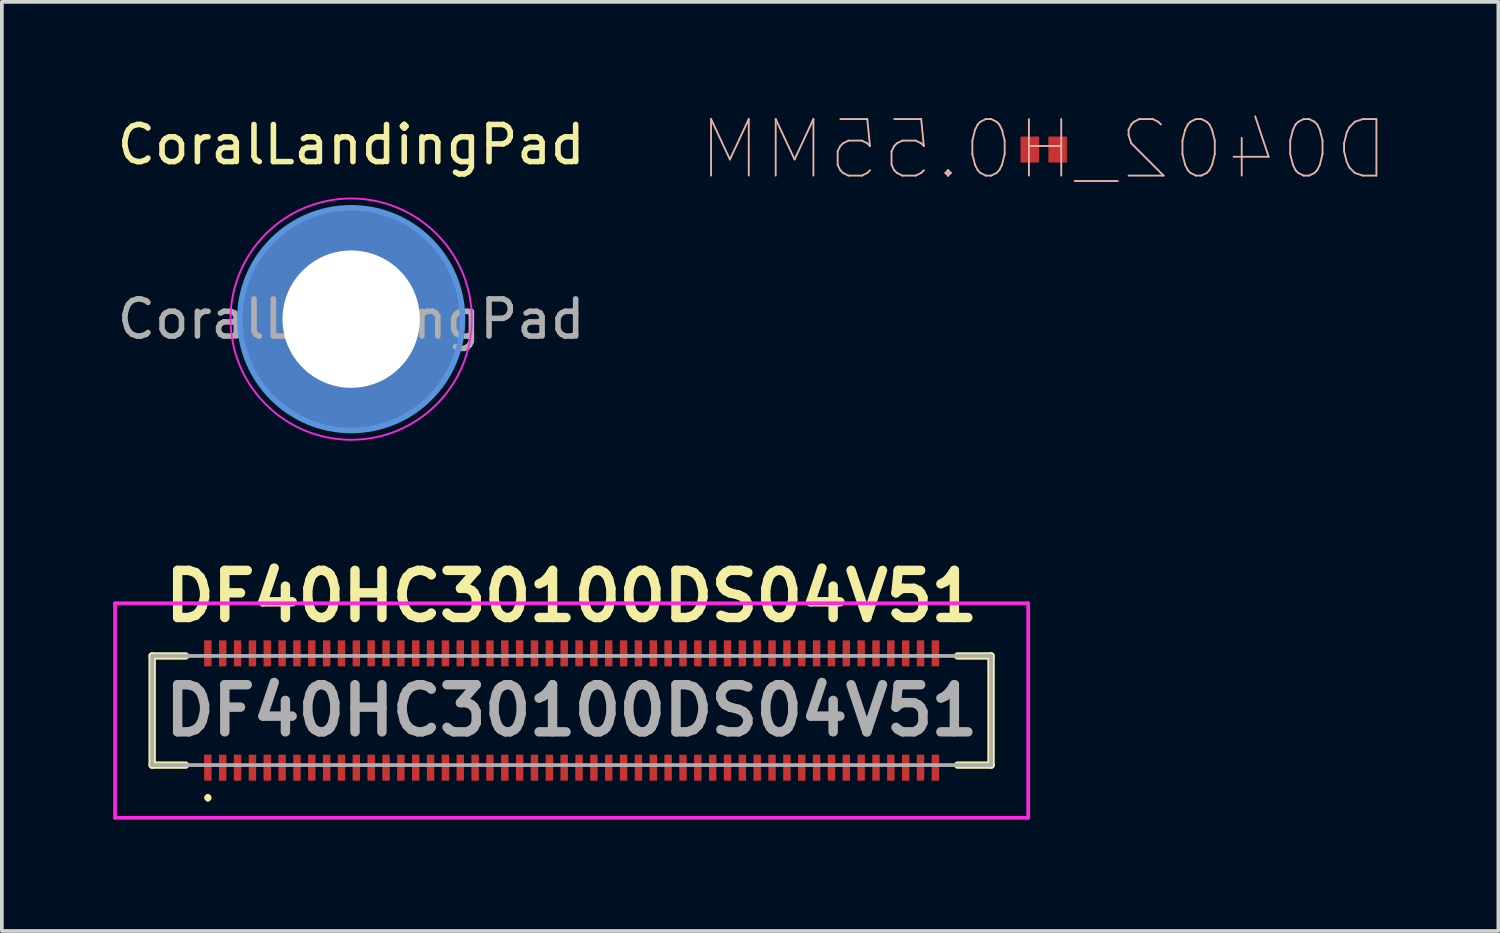
<source format=kicad_pcb>
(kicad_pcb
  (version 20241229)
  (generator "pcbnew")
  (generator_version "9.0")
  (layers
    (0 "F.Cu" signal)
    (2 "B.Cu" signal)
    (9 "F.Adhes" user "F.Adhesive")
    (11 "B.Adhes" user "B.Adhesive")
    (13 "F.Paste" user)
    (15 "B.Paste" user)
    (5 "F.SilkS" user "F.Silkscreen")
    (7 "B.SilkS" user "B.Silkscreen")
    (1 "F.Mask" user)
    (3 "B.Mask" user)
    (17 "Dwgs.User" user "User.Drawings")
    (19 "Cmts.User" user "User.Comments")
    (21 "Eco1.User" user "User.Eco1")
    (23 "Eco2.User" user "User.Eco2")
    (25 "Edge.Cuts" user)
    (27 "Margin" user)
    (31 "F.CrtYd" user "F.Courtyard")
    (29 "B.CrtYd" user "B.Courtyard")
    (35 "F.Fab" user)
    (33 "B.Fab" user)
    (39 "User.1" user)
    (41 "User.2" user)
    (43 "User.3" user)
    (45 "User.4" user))
  (footprint "CoralLandingPad"
    (layer "F.Cu")
    (at 6.411 5.548)
    (property "Reference" "CoralLandingPad" (at 0 -4.7 0) (layer "F.SilkS") (effects (font (size 1 1) (thickness 0.15))))
    (attr exclude_from_pos_files exclude_from_bom)
    (fp_poly (pts (arc (start -1.897076 0.229517) (mid -1.37081 1.336923) (end -0.276387 1.889515)) (arc (start -0.276387 2.919516) (mid -2.094677 2.060814) (end -2.925063 0.229517))) (stroke (width 0) (type solid)) (fill yes) (layer "F.Paste"))
    (fp_poly (pts (arc (start -0.224376 -1.886585) (mid -1.331782 -1.360319) (end -1.884374 -0.265896)) (arc (start -2.914375 -0.265896) (mid -2.055673 -2.084186) (end -0.224376 -2.914572))) (stroke (width 0) (type solid)) (fill yes) (layer "F.Paste"))
    (fp_poly (pts (arc (start 0.216567 1.899981) (mid 1.323973 1.373715) (end 1.876565 0.279292)) (arc (start 2.906566 0.279292) (mid 2.047864 2.097582) (end 0.216567 2.927968))) (stroke (width 0) (type solid)) (fill yes) (layer "F.Paste"))
    (fp_poly (pts (arc (start 1.906548 -0.218867) (mid 1.380282 -1.326273) (end 0.285859 -1.878865)) (arc (start 0.285859 -2.908866) (mid 2.104149 -2.050164) (end 2.934535 -0.218867))) (stroke (width 0) (type solid)) (fill yes) (layer "F.Paste"))
    (fp_circle (center 0 0) (end 3 0) (stroke (width 0.15) (type solid)) (fill no) (layer "Cmts.User"))
    (fp_circle (center 0 0) (end 3.25 0) (stroke (width 0.05) (type solid)) (fill no) (layer "F.CrtYd"))
    (fp_text user "${REFERENCE}" (at 0 0 0) (layer "F.Fab") (effects (font (size 1 1) (thickness 0.15))))
    (pad "1" thru_hole circle (at 0 0) (size 6 6) (drill 3.7) (layers "*.Cu" "*.Mask")))
  (footprint "D0402_H0.55MM"
    (layer "F.Cu")
    (at 25.069 0.979)
    (property "Reference" "D0402_H0.55MM" (at 0 0 0) (layer "B.SilkS") (effects (font (size 1.524 1.524) (thickness 0.05)) (justify mirror)))
    (attr smd)
    (pad "1" smd rect (at -0.375 0) (size 0.5 0.7) (layers "F.Cu"))
    (pad "2" smd rect (at 0.375 0) (size 0.5 0.7) (layers "F.Cu")))
  (footprint "DF40HC30100DS04V51"
    (layer "F.Cu")
    (at 12.35 16.092)
    (property "Reference" "DF40HC30100DS04V51" (at 0 -3.08 0) (layer "F.SilkS") (effects (font (size 1.27 1.27) (thickness 0.254))))
    (attr smd)
    (fp_line (start -11.3 -1.47) (end -11.3 1.47) (stroke (width 0.2) (type solid)) (layer "F.SilkS"))
    (fp_line (start -11.3 1.47) (end -10.4 1.47) (stroke (width 0.2) (type solid)) (layer "F.SilkS"))
    (fp_line (start -10.4 -1.47) (end -11.3 -1.47) (stroke (width 0.2) (type solid)) (layer "F.SilkS"))
    (fp_line (start -9.8 2.3) (end -9.8 2.3) (stroke (width 0.1) (type solid)) (layer "F.SilkS"))
    (fp_line (start -9.8 2.4) (end -9.8 2.4) (stroke (width 0.1) (type solid)) (layer "F.SilkS"))
    (fp_line (start 10.4 1.47) (end 11.3 1.47) (stroke (width 0.2) (type solid)) (layer "F.SilkS"))
    (fp_line (start 11.3 -1.47) (end 10.4 -1.47) (stroke (width 0.2) (type solid)) (layer "F.SilkS"))
    (fp_line (start 11.3 1.47) (end 11.3 -1.47) (stroke (width 0.2) (type solid)) (layer "F.SilkS"))
    (fp_arc (start -9.8 2.3) (mid -9.75 2.35) (end -9.8 2.4) (stroke (width 0.1) (type solid)) (layer "F.SilkS"))
    (fp_arc (start -9.8 2.4) (mid -9.85 2.35) (end -9.8 2.3) (stroke (width 0.1) (type solid)) (layer "F.SilkS"))
    (fp_line (start -12.3 -2.89) (end 12.3 -2.89) (stroke (width 0.1) (type solid)) (layer "F.CrtYd"))
    (fp_line (start -12.3 2.89) (end -12.3 -2.89) (stroke (width 0.1) (type solid)) (layer "F.CrtYd"))
    (fp_line (start 12.3 -2.89) (end 12.3 2.89) (stroke (width 0.1) (type solid)) (layer "F.CrtYd"))
    (fp_line (start 12.3 2.89) (end -12.3 2.89) (stroke (width 0.1) (type solid)) (layer "F.CrtYd"))
    (fp_line (start -11.3 -1.47) (end 11.3 -1.47) (stroke (width 0.1) (type solid)) (layer "F.Fab"))
    (fp_line (start -11.3 1.47) (end -11.3 -1.47) (stroke (width 0.1) (type solid)) (layer "F.Fab"))
    (fp_line (start 11.3 -1.47) (end 11.3 1.47) (stroke (width 0.1) (type solid)) (layer "F.Fab"))
    (fp_line (start 11.3 1.47) (end -11.3 1.47) (stroke (width 0.1) (type solid)) (layer "F.Fab"))
    (fp_text user "${REFERENCE}" (at 0 0 0) (layer "F.Fab") (effects (font (size 1.27 1.27) (thickness 0.254))))
    (pad "1" smd rect (at -9.8 -1.54) (size 0.2 0.7) (layers "F.Cu" "F.Mask" "F.Paste"))
    (pad "2" smd rect (at -9.8 1.54) (size 0.2 0.7) (layers "F.Cu" "F.Mask" "F.Paste"))
    (pad "3" smd rect (at -9.4 -1.54) (size 0.2 0.7) (layers "F.Cu" "F.Mask" "F.Paste"))
    (pad "4" smd rect (at -9.4 1.54) (size 0.2 0.7) (layers "F.Cu" "F.Mask" "F.Paste"))
    (pad "5" smd rect (at -9 -1.54) (size 0.2 0.7) (layers "F.Cu" "F.Mask" "F.Paste"))
    (pad "6" smd rect (at -9 1.54) (size 0.2 0.7) (layers "F.Cu" "F.Mask" "F.Paste"))
    (pad "7" smd rect (at -8.6 -1.54) (size 0.2 0.7) (layers "F.Cu" "F.Mask" "F.Paste"))
    (pad "8" smd rect (at -8.6 1.54) (size 0.2 0.7) (layers "F.Cu" "F.Mask" "F.Paste"))
    (pad "9" smd rect (at -8.2 -1.54) (size 0.2 0.7) (layers "F.Cu" "F.Mask" "F.Paste"))
    (pad "10" smd rect (at -8.2 1.54) (size 0.2 0.7) (layers "F.Cu" "F.Mask" "F.Paste"))
    (pad "11" smd rect (at -7.8 -1.54) (size 0.2 0.7) (layers "F.Cu" "F.Mask" "F.Paste"))
    (pad "12" smd rect (at -7.8 1.54) (size 0.2 0.7) (layers "F.Cu" "F.Mask" "F.Paste"))
    (pad "13" smd rect (at -7.4 -1.54) (size 0.2 0.7) (layers "F.Cu" "F.Mask" "F.Paste"))
    (pad "14" smd rect (at -7.4 1.54) (size 0.2 0.7) (layers "F.Cu" "F.Mask" "F.Paste"))
    (pad "15" smd rect (at -7 -1.54) (size 0.2 0.7) (layers "F.Cu" "F.Mask" "F.Paste"))
    (pad "16" smd rect (at -7 1.54) (size 0.2 0.7) (layers "F.Cu" "F.Mask" "F.Paste"))
    (pad "17" smd rect (at -6.6 -1.54) (size 0.2 0.7) (layers "F.Cu" "F.Mask" "F.Paste"))
    (pad "18" smd rect (at -6.6 1.54) (size 0.2 0.7) (layers "F.Cu" "F.Mask" "F.Paste"))
    (pad "19" smd rect (at -6.2 -1.54) (size 0.2 0.7) (layers "F.Cu" "F.Mask" "F.Paste"))
    (pad "20" smd rect (at -6.2 1.54) (size 0.2 0.7) (layers "F.Cu" "F.Mask" "F.Paste"))
    (pad "21" smd rect (at -5.8 -1.54) (size 0.2 0.7) (layers "F.Cu" "F.Mask" "F.Paste"))
    (pad "22" smd rect (at -5.8 1.54) (size 0.2 0.7) (layers "F.Cu" "F.Mask" "F.Paste"))
    (pad "23" smd rect (at -5.4 -1.54) (size 0.2 0.7) (layers "F.Cu" "F.Mask" "F.Paste"))
    (pad "24" smd rect (at -5.4 1.54) (size 0.2 0.7) (layers "F.Cu" "F.Mask" "F.Paste"))
    (pad "25" smd rect (at -5 -1.54) (size 0.2 0.7) (layers "F.Cu" "F.Mask" "F.Paste"))
    (pad "26" smd rect (at -5 1.54) (size 0.2 0.7) (layers "F.Cu" "F.Mask" "F.Paste"))
    (pad "27" smd rect (at -4.6 -1.54) (size 0.2 0.7) (layers "F.Cu" "F.Mask" "F.Paste"))
    (pad "28" smd rect (at -4.6 1.54) (size 0.2 0.7) (layers "F.Cu" "F.Mask" "F.Paste"))
    (pad "29" smd rect (at -4.2 -1.54) (size 0.2 0.7) (layers "F.Cu" "F.Mask" "F.Paste"))
    (pad "30" smd rect (at -4.2 1.54) (size 0.2 0.7) (layers "F.Cu" "F.Mask" "F.Paste"))
    (pad "31" smd rect (at -3.8 -1.54) (size 0.2 0.7) (layers "F.Cu" "F.Mask" "F.Paste"))
    (pad "32" smd rect (at -3.8 1.54) (size 0.2 0.7) (layers "F.Cu" "F.Mask" "F.Paste"))
    (pad "33" smd rect (at -3.4 -1.54) (size 0.2 0.7) (layers "F.Cu" "F.Mask" "F.Paste"))
    (pad "34" smd rect (at -3.4 1.54) (size 0.2 0.7) (layers "F.Cu" "F.Mask" "F.Paste"))
    (pad "35" smd rect (at -3 -1.54) (size 0.2 0.7) (layers "F.Cu" "F.Mask" "F.Paste"))
    (pad "36" smd rect (at -3 1.54) (size 0.2 0.7) (layers "F.Cu" "F.Mask" "F.Paste"))
    (pad "37" smd rect (at -2.6 -1.54) (size 0.2 0.7) (layers "F.Cu" "F.Mask" "F.Paste"))
    (pad "38" smd rect (at -2.6 1.54) (size 0.2 0.7) (layers "F.Cu" "F.Mask" "F.Paste"))
    (pad "39" smd rect (at -2.2 -1.54) (size 0.2 0.7) (layers "F.Cu" "F.Mask" "F.Paste"))
    (pad "40" smd rect (at -2.2 1.54) (size 0.2 0.7) (layers "F.Cu" "F.Mask" "F.Paste"))
    (pad "41" smd rect (at -1.8 -1.54) (size 0.2 0.7) (layers "F.Cu" "F.Mask" "F.Paste"))
    (pad "42" smd rect (at -1.8 1.54) (size 0.2 0.7) (layers "F.Cu" "F.Mask" "F.Paste"))
    (pad "43" smd rect (at -1.4 -1.54) (size 0.2 0.7) (layers "F.Cu" "F.Mask" "F.Paste"))
    (pad "44" smd rect (at -1.4 1.54) (size 0.2 0.7) (layers "F.Cu" "F.Mask" "F.Paste"))
    (pad "45" smd rect (at -1 -1.54) (size 0.2 0.7) (layers "F.Cu" "F.Mask" "F.Paste"))
    (pad "46" smd rect (at -1 1.54) (size 0.2 0.7) (layers "F.Cu" "F.Mask" "F.Paste"))
    (pad "47" smd rect (at -0.6 -1.54) (size 0.2 0.7) (layers "F.Cu" "F.Mask" "F.Paste"))
    (pad "48" smd rect (at -0.6 1.54) (size 0.2 0.7) (layers "F.Cu" "F.Mask" "F.Paste"))
    (pad "49" smd rect (at -0.2 -1.54) (size 0.2 0.7) (layers "F.Cu" "F.Mask" "F.Paste"))
    (pad "50" smd rect (at -0.2 1.54) (size 0.2 0.7) (layers "F.Cu" "F.Mask" "F.Paste"))
    (pad "51" smd rect (at 0.2 -1.54) (size 0.2 0.7) (layers "F.Cu" "F.Mask" "F.Paste"))
    (pad "52" smd rect (at 0.2 1.54) (size 0.2 0.7) (layers "F.Cu" "F.Mask" "F.Paste"))
    (pad "53" smd rect (at 0.6 -1.54) (size 0.2 0.7) (layers "F.Cu" "F.Mask" "F.Paste"))
    (pad "54" smd rect (at 0.6 1.54) (size 0.2 0.7) (layers "F.Cu" "F.Mask" "F.Paste"))
    (pad "55" smd rect (at 1 -1.54) (size 0.2 0.7) (layers "F.Cu" "F.Mask" "F.Paste"))
    (pad "56" smd rect (at 1 1.54) (size 0.2 0.7) (layers "F.Cu" "F.Mask" "F.Paste"))
    (pad "57" smd rect (at 1.4 -1.54) (size 0.2 0.7) (layers "F.Cu" "F.Mask" "F.Paste"))
    (pad "58" smd rect (at 1.4 1.54) (size 0.2 0.7) (layers "F.Cu" "F.Mask" "F.Paste"))
    (pad "59" smd rect (at 1.8 -1.54) (size 0.2 0.7) (layers "F.Cu" "F.Mask" "F.Paste"))
    (pad "60" smd rect (at 1.8 1.54) (size 0.2 0.7) (layers "F.Cu" "F.Mask" "F.Paste"))
    (pad "61" smd rect (at 2.2 -1.54) (size 0.2 0.7) (layers "F.Cu" "F.Mask" "F.Paste"))
    (pad "62" smd rect (at 2.2 1.54) (size 0.2 0.7) (layers "F.Cu" "F.Mask" "F.Paste"))
    (pad "63" smd rect (at 2.6 -1.54) (size 0.2 0.7) (layers "F.Cu" "F.Mask" "F.Paste"))
    (pad "64" smd rect (at 2.6 1.54) (size 0.2 0.7) (layers "F.Cu" "F.Mask" "F.Paste"))
    (pad "65" smd rect (at 3 -1.54) (size 0.2 0.7) (layers "F.Cu" "F.Mask" "F.Paste"))
    (pad "66" smd rect (at 3 1.54) (size 0.2 0.7) (layers "F.Cu" "F.Mask" "F.Paste"))
    (pad "67" smd rect (at 3.4 -1.54) (size 0.2 0.7) (layers "F.Cu" "F.Mask" "F.Paste"))
    (pad "68" smd rect (at 3.4 1.54) (size 0.2 0.7) (layers "F.Cu" "F.Mask" "F.Paste"))
    (pad "69" smd rect (at 3.8 -1.54) (size 0.2 0.7) (layers "F.Cu" "F.Mask" "F.Paste"))
    (pad "70" smd rect (at 3.8 1.54) (size 0.2 0.7) (layers "F.Cu" "F.Mask" "F.Paste"))
    (pad "71" smd rect (at 4.2 -1.54) (size 0.2 0.7) (layers "F.Cu" "F.Mask" "F.Paste"))
    (pad "72" smd rect (at 4.2 1.54) (size 0.2 0.7) (layers "F.Cu" "F.Mask" "F.Paste"))
    (pad "73" smd rect (at 4.6 -1.54) (size 0.2 0.7) (layers "F.Cu" "F.Mask" "F.Paste"))
    (pad "74" smd rect (at 4.6 1.54) (size 0.2 0.7) (layers "F.Cu" "F.Mask" "F.Paste"))
    (pad "75" smd rect (at 5 -1.54) (size 0.2 0.7) (layers "F.Cu" "F.Mask" "F.Paste"))
    (pad "76" smd rect (at 5 1.54) (size 0.2 0.7) (layers "F.Cu" "F.Mask" "F.Paste"))
    (pad "77" smd rect (at 5.4 -1.54) (size 0.2 0.7) (layers "F.Cu" "F.Mask" "F.Paste"))
    (pad "78" smd rect (at 5.4 1.54) (size 0.2 0.7) (layers "F.Cu" "F.Mask" "F.Paste"))
    (pad "79" smd rect (at 5.8 -1.54) (size 0.2 0.7) (layers "F.Cu" "F.Mask" "F.Paste"))
    (pad "80" smd rect (at 5.8 1.54) (size 0.2 0.7) (layers "F.Cu" "F.Mask" "F.Paste"))
    (pad "81" smd rect (at 6.2 -1.54) (size 0.2 0.7) (layers "F.Cu" "F.Mask" "F.Paste"))
    (pad "82" smd rect (at 6.2 1.54) (size 0.2 0.7) (layers "F.Cu" "F.Mask" "F.Paste"))
    (pad "83" smd rect (at 6.6 -1.54) (size 0.2 0.7) (layers "F.Cu" "F.Mask" "F.Paste"))
    (pad "84" smd rect (at 6.6 1.54) (size 0.2 0.7) (layers "F.Cu" "F.Mask" "F.Paste"))
    (pad "85" smd rect (at 7 -1.54) (size 0.2 0.7) (layers "F.Cu" "F.Mask" "F.Paste"))
    (pad "86" smd rect (at 7 1.54) (size 0.2 0.7) (layers "F.Cu" "F.Mask" "F.Paste"))
    (pad "87" smd rect (at 7.4 -1.54) (size 0.2 0.7) (layers "F.Cu" "F.Mask" "F.Paste"))
    (pad "88" smd rect (at 7.4 1.54) (size 0.2 0.7) (layers "F.Cu" "F.Mask" "F.Paste"))
    (pad "89" smd rect (at 7.8 -1.54) (size 0.2 0.7) (layers "F.Cu" "F.Mask" "F.Paste"))
    (pad "90" smd rect (at 7.8 1.54) (size 0.2 0.7) (layers "F.Cu" "F.Mask" "F.Paste"))
    (pad "91" smd rect (at 8.2 -1.54) (size 0.2 0.7) (layers "F.Cu" "F.Mask" "F.Paste"))
    (pad "92" smd rect (at 8.2 1.54) (size 0.2 0.7) (layers "F.Cu" "F.Mask" "F.Paste"))
    (pad "93" smd rect (at 8.6 -1.54) (size 0.2 0.7) (layers "F.Cu" "F.Mask" "F.Paste"))
    (pad "94" smd rect (at 8.6 1.54) (size 0.2 0.7) (layers "F.Cu" "F.Mask" "F.Paste"))
    (pad "95" smd rect (at 9 -1.54) (size 0.2 0.7) (layers "F.Cu" "F.Mask" "F.Paste"))
    (pad "96" smd rect (at 9 1.54) (size 0.2 0.7) (layers "F.Cu" "F.Mask" "F.Paste"))
    (pad "97" smd rect (at 9.4 -1.54) (size 0.2 0.7) (layers "F.Cu" "F.Mask" "F.Paste"))
    (pad "98" smd rect (at 9.4 1.54) (size 0.2 0.7) (layers "F.Cu" "F.Mask" "F.Paste"))
    (pad "99" smd rect (at 9.8 -1.54) (size 0.2 0.7) (layers "F.Cu" "F.Mask" "F.Paste"))
    (pad "100" smd rect (at 9.8 1.54) (size 0.2 0.7) (layers "F.Cu" "F.Mask" "F.Paste")))
  (gr_rect
    (start -3 -3)
    (end 37.317 22.032)
    (stroke (width 0.1) (type default))
    (fill no)
    (layer "Edge.Cuts")))
</source>
